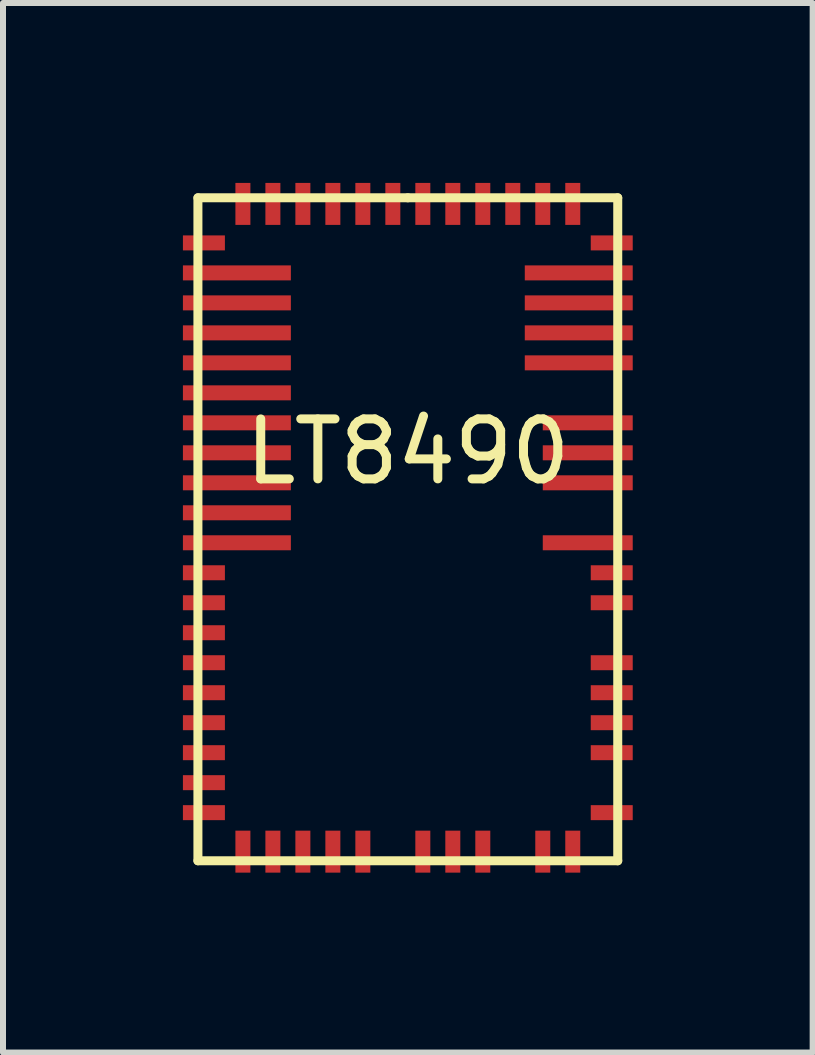
<source format=kicad_pcb>
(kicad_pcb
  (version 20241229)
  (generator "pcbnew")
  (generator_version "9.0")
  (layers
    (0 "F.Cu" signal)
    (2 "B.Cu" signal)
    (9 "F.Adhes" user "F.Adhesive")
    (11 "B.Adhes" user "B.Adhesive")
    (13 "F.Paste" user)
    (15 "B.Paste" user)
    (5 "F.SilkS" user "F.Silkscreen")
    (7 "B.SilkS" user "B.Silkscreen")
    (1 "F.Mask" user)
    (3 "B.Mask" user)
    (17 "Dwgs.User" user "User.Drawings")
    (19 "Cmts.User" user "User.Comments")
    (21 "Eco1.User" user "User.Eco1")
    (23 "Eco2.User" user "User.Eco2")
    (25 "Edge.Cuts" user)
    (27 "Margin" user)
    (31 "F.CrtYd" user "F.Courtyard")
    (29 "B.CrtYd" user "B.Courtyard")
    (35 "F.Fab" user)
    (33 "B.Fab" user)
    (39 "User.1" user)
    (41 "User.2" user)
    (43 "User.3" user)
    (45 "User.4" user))
  (footprint "LT8490"
    (layer "F.Cu")
    (at 3.75 5.75)
    (property "Reference" "LT8490" (at 0 -1.27 0) (layer "F.SilkS") (effects (font (size 1 1) (thickness 0.15))))
    (attr through_hole)
    (fp_line (start -3.5 -5.502) (end -3.5 5.552) (stroke (width 0.15) (type solid)) (layer "F.SilkS"))
    (fp_line (start -3.5 5.552) (end 3.5 5.552) (stroke (width 0.15) (type solid)) (layer "F.SilkS"))
    (fp_line (start 0 -5.502) (end -3.5 -5.502) (stroke (width 0.15) (type solid)) (layer "F.SilkS"))
    (fp_line (start 3.5 -5.502) (end 0 -5.502) (stroke (width 0.15) (type solid)) (layer "F.SilkS"))
    (fp_line (start 3.5 5.552) (end 3.5 -5.502) (stroke (width 0.15) (type solid)) (layer "F.SilkS"))
    (pad "1" smd rect (at -3.4 -4.75 90) (size 0.25 0.7) (layers "F.Cu" "F.Mask" "F.Paste"))
    (pad "2" smd rect (at -2.85 -4.25 90) (size 0.25 1.8) (layers "F.Cu" "F.Mask" "F.Paste"))
    (pad "3" smd rect (at -2.85 -3.75 90) (size 0.25 1.8) (layers "F.Cu" "F.Mask" "F.Paste"))
    (pad "4" smd rect (at -2.85 -3.25 90) (size 0.25 1.8) (layers "F.Cu" "F.Mask" "F.Paste"))
    (pad "5" smd rect (at -2.85 -2.75 90) (size 0.25 1.8) (layers "F.Cu" "F.Mask" "F.Paste"))
    (pad "6" smd rect (at -2.85 -2.25 90) (size 0.25 1.8) (layers "F.Cu" "F.Mask" "F.Paste"))
    (pad "7" smd rect (at -2.85 -1.75 90) (size 0.25 1.8) (layers "F.Cu" "F.Mask" "F.Paste"))
    (pad "8" smd rect (at -2.85 -1.25 90) (size 0.25 1.8) (layers "F.Cu" "F.Mask" "F.Paste"))
    (pad "9" smd rect (at -2.85 -0.75 90) (size 0.25 1.8) (layers "F.Cu" "F.Mask" "F.Paste"))
    (pad "10" smd rect (at -2.85 -0.25 90) (size 0.25 1.8) (layers "F.Cu" "F.Mask" "F.Paste"))
    (pad "11" smd rect (at -2.85 0.25 90) (size 0.25 1.8) (layers "F.Cu" "F.Mask" "F.Paste"))
    (pad "12" smd rect (at -3.4 0.75 90) (size 0.25 0.7) (layers "F.Cu" "F.Mask" "F.Paste"))
    (pad "13" smd rect (at -3.4 1.25 90) (size 0.25 0.7) (layers "F.Cu" "F.Mask" "F.Paste"))
    (pad "14" smd rect (at -3.4 1.75 90) (size 0.25 0.7) (layers "F.Cu" "F.Mask" "F.Paste"))
    (pad "15" smd rect (at -3.4 2.25 90) (size 0.25 0.7) (layers "F.Cu" "F.Mask" "F.Paste"))
    (pad "16" smd rect (at -3.4 2.75 90) (size 0.25 0.7) (layers "F.Cu" "F.Mask" "F.Paste"))
    (pad "17" smd rect (at -3.4 3.25 90) (size 0.25 0.7) (layers "F.Cu" "F.Mask" "F.Paste"))
    (pad "18" smd rect (at -3.4 3.75 90) (size 0.25 0.7) (layers "F.Cu" "F.Mask" "F.Paste"))
    (pad "19" smd rect (at -3.4 4.25 90) (size 0.25 0.7) (layers "F.Cu" "F.Mask" "F.Paste"))
    (pad "20" smd rect (at -3.4 4.75 90) (size 0.25 0.7) (layers "F.Cu" "F.Mask" "F.Paste"))
    (pad "21" smd rect (at -2.75 5.4 180) (size 0.25 0.7) (layers "F.Cu" "F.Mask" "F.Paste"))
    (pad "22" smd rect (at -2.25 5.4 180) (size 0.25 0.7) (layers "F.Cu" "F.Mask" "F.Paste"))
    (pad "23" smd rect (at -1.75 5.4 180) (size 0.25 0.7) (layers "F.Cu" "F.Mask" "F.Paste"))
    (pad "24" smd rect (at -1.25 5.4 180) (size 0.25 0.7) (layers "F.Cu" "F.Mask" "F.Paste"))
    (pad "25" smd rect (at -0.75 5.4 180) (size 0.25 0.7) (layers "F.Cu" "F.Mask" "F.Paste"))
    (pad "27" smd rect (at 0.25 5.4 180) (size 0.25 0.7) (layers "F.Cu" "F.Mask" "F.Paste"))
    (pad "28" smd rect (at 0.75 5.4 180) (size 0.25 0.7) (layers "F.Cu" "F.Mask" "F.Paste"))
    (pad "29" smd rect (at 1.25 5.4 180) (size 0.25 0.7) (layers "F.Cu" "F.Mask" "F.Paste"))
    (pad "31" smd rect (at 2.25 5.4 180) (size 0.25 0.7) (layers "F.Cu" "F.Mask" "F.Paste"))
    (pad "32" smd rect (at 2.75 5.4 180) (size 0.25 0.7) (layers "F.Cu" "F.Mask" "F.Paste"))
    (pad "33" smd rect (at 3.4 4.75 90) (size 0.25 0.7) (layers "F.Cu" "F.Mask" "F.Paste"))
    (pad "35" smd rect (at 3.4 3.75 90) (size 0.25 0.7) (layers "F.Cu" "F.Mask" "F.Paste"))
    (pad "36" smd rect (at 3.4 3.25 90) (size 0.25 0.7) (layers "F.Cu" "F.Mask" "F.Paste"))
    (pad "37" smd rect (at 3.4 2.75 90) (size 0.25 0.7) (layers "F.Cu" "F.Mask" "F.Paste"))
    (pad "38" smd rect (at 3.4 2.25 90) (size 0.25 0.7) (layers "F.Cu" "F.Mask" "F.Paste"))
    (pad "40" smd rect (at 3.4 1.25 90) (size 0.25 0.7) (layers "F.Cu" "F.Mask" "F.Paste"))
    (pad "41" smd rect (at 3.4 0.75 90) (size 0.25 0.7) (layers "F.Cu" "F.Mask" "F.Paste"))
    (pad "42" smd rect (at 3 0.25 90) (size 0.25 1.5) (layers "F.Cu" "F.Mask" "F.Paste"))
    (pad "44" smd rect (at 3 -0.75 90) (size 0.25 1.5) (layers "F.Cu" "F.Mask" "F.Paste"))
    (pad "45" smd rect (at 3 -1.25 90) (size 0.25 1.5) (layers "F.Cu" "F.Mask" "F.Paste"))
    (pad "46" smd rect (at 3 -1.75 90) (size 0.25 1.5) (layers "F.Cu" "F.Mask" "F.Paste"))
    (pad "48" smd rect (at 2.85 -2.75 90) (size 0.25 1.8) (layers "F.Cu" "F.Mask" "F.Paste"))
    (pad "49" smd rect (at 2.85 -3.25 90) (size 0.25 1.8) (layers "F.Cu" "F.Mask" "F.Paste"))
    (pad "50" smd rect (at 2.85 -3.75 90) (size 0.25 1.8) (layers "F.Cu" "F.Mask" "F.Paste"))
    (pad "51" smd rect (at 2.85 -4.25 90) (size 0.25 1.8) (layers "F.Cu" "F.Mask" "F.Paste"))
    (pad "52" smd rect (at 3.4 -4.75 90) (size 0.25 0.7) (layers "F.Cu" "F.Mask" "F.Paste"))
    (pad "53" smd rect (at 2.75 -5.4 180) (size 0.25 0.7) (layers "F.Cu" "F.Mask" "F.Paste"))
    (pad "54" smd rect (at 2.25 -5.4 180) (size 0.25 0.7) (layers "F.Cu" "F.Mask" "F.Paste"))
    (pad "55" smd rect (at 1.75 -5.4 180) (size 0.25 0.7) (layers "F.Cu" "F.Mask" "F.Paste"))
    (pad "56" smd rect (at 1.25 -5.4 180) (size 0.25 0.7) (layers "F.Cu" "F.Mask" "F.Paste"))
    (pad "57" smd rect (at 0.75 -5.4 180) (size 0.25 0.7) (layers "F.Cu" "F.Mask" "F.Paste"))
    (pad "58" smd rect (at 0.25 -5.4 180) (size 0.25 0.7) (layers "F.Cu" "F.Mask" "F.Paste"))
    (pad "59" smd rect (at -0.25 -5.4 180) (size 0.25 0.7) (layers "F.Cu" "F.Mask" "F.Paste"))
    (pad "60" smd rect (at -0.75 -5.4 180) (size 0.25 0.7) (layers "F.Cu" "F.Mask" "F.Paste"))
    (pad "61" smd rect (at -1.25 -5.4 180) (size 0.25 0.7) (layers "F.Cu" "F.Mask" "F.Paste"))
    (pad "62" smd rect (at -1.75 -5.4 180) (size 0.25 0.7) (layers "F.Cu" "F.Mask" "F.Paste"))
    (pad "63" smd rect (at -2.25 -5.4 180) (size 0.25 0.7) (layers "F.Cu" "F.Mask" "F.Paste"))
    (pad "64" smd rect (at -2.75 -5.4 180) (size 0.25 0.7) (layers "F.Cu" "F.Mask" "F.Paste")))
  (gr_rect
    (start -3 -3)
    (end 10.5 14.5)
    (stroke (width 0.1) (type default))
    (fill no)
    (layer "Edge.Cuts")))
</source>
